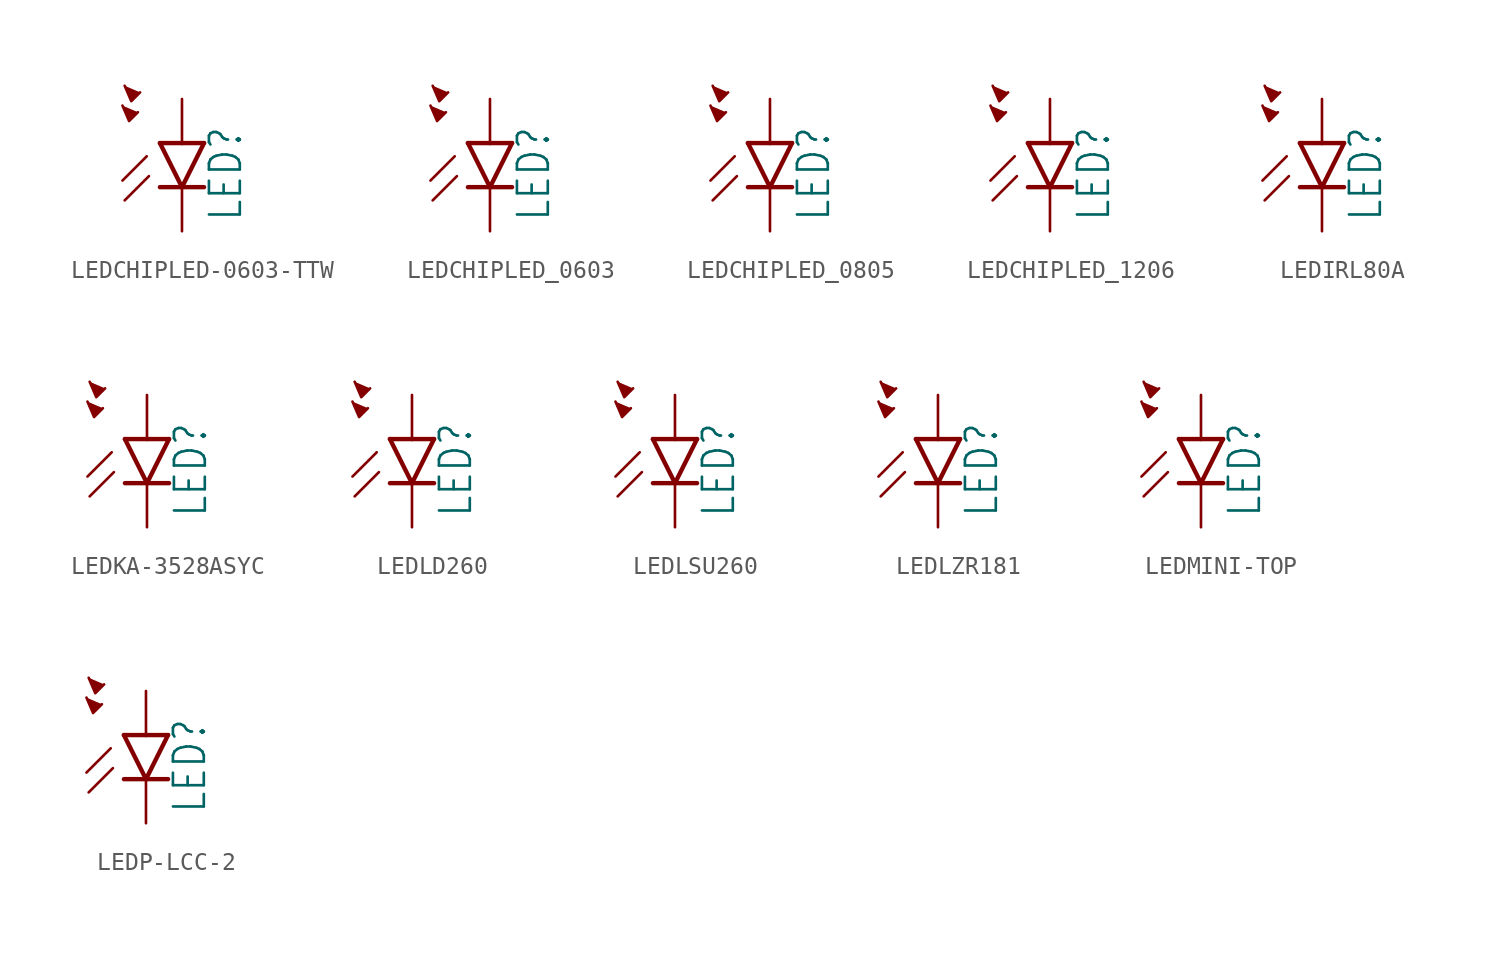
<source format=kicad_sym>
(kicad_symbol_lib
  (version 20241209)
  (generator "kicad_symbol_editor")
  (generator_version "9.0")
  (symbol "LEDCHIPLED-0603-TTW"
    (property "Reference" "LED"
      (at 3.556 -4.572 90)
      (effects (font (size 1.778 1.511)) (justify left bottom)))
    (property "Value" ""
      (at 5.715 -4.572 90)
      (effects (font (size 1.778 1.511)) (justify left bottom)))
    (property "ki_locked" ""
      (at 0 0 0)
      (effects (font (size 1.27 1.27))))
    (symbol "LEDCHIPLED-0603-TTW_1_0"
      (polyline (pts (xy -3.429 2.159) (xy -3.048 1.27) (xy -2.54 1.778)) (stroke (width 0.152) (type solid)) (fill (type outline)))
      (polyline (pts (xy -3.302 3.302) (xy -2.921 2.413) (xy -2.413 2.921)) (stroke (width 0.152) (type solid)) (fill (type outline)))
      (polyline (pts (xy -2.032 -0.762) (xy -3.429 -2.159)) (stroke (width 0.152) (type solid)) (fill (type none)))
      (polyline (pts (xy -1.905 -1.905) (xy -3.302 -3.302)) (stroke (width 0.152) (type solid)) (fill (type none)))
      (polyline (pts (xy 0 0) (xy -1.27 0)) (stroke (width 0.254) (type solid)) (fill (type none)))
      (polyline (pts (xy 0 -2.54) (xy -1.27 0)) (stroke (width 0.254) (type solid)) (fill (type none)))
      (polyline (pts (xy 0 -2.54) (xy -1.27 -2.54)) (stroke (width 0.254) (type solid)) (fill (type none)))
      (polyline (pts (xy 1.27 0) (xy 0 0)) (stroke (width 0.254) (type solid)) (fill (type none)))
      (polyline (pts (xy 1.27 0) (xy 0 -2.54)) (stroke (width 0.254) (type solid)) (fill (type none)))
      (polyline (pts (xy 1.27 -2.54) (xy 0 -2.54)) (stroke (width 0.254) (type solid)) (fill (type none)))
      (pin passive line (at 0 2.54 270) (length 2.54) (name "A" (effects (font (size 0 0)))) (number "A@1" (effects (font (size 0 0)))))
      (pin passive line (at 0 -5.08 90) (length 2.54) (name "C" (effects (font (size 0 0)))) (number "C@1" (effects (font (size 0 0)))))))
  (symbol "LEDCHIPLED_0603"
    (property "Reference" "LED"
      (at 3.556 -4.572 90)
      (effects (font (size 1.778 1.511)) (justify left bottom)))
    (property "Value" ""
      (at 5.715 -4.572 90)
      (effects (font (size 1.778 1.511)) (justify left bottom)))
    (property "ki_locked" ""
      (at 0 0 0)
      (effects (font (size 1.27 1.27))))
    (symbol "LEDCHIPLED_0603_1_0"
      (polyline (pts (xy -3.429 2.159) (xy -3.048 1.27) (xy -2.54 1.778)) (stroke (width 0.152) (type solid)) (fill (type outline)))
      (polyline (pts (xy -3.302 3.302) (xy -2.921 2.413) (xy -2.413 2.921)) (stroke (width 0.152) (type solid)) (fill (type outline)))
      (polyline (pts (xy -2.032 -0.762) (xy -3.429 -2.159)) (stroke (width 0.152) (type solid)) (fill (type none)))
      (polyline (pts (xy -1.905 -1.905) (xy -3.302 -3.302)) (stroke (width 0.152) (type solid)) (fill (type none)))
      (polyline (pts (xy 0 0) (xy -1.27 0)) (stroke (width 0.254) (type solid)) (fill (type none)))
      (polyline (pts (xy 0 -2.54) (xy -1.27 0)) (stroke (width 0.254) (type solid)) (fill (type none)))
      (polyline (pts (xy 0 -2.54) (xy -1.27 -2.54)) (stroke (width 0.254) (type solid)) (fill (type none)))
      (polyline (pts (xy 1.27 0) (xy 0 0)) (stroke (width 0.254) (type solid)) (fill (type none)))
      (polyline (pts (xy 1.27 0) (xy 0 -2.54)) (stroke (width 0.254) (type solid)) (fill (type none)))
      (polyline (pts (xy 1.27 -2.54) (xy 0 -2.54)) (stroke (width 0.254) (type solid)) (fill (type none)))
      (pin passive line (at 0 2.54 270) (length 2.54) (name "A" (effects (font (size 0 0)))) (number "A" (effects (font (size 0 0)))))
      (pin passive line (at 0 -5.08 90) (length 2.54) (name "C" (effects (font (size 0 0)))) (number "C" (effects (font (size 0 0)))))))
  (symbol "LEDCHIPLED_0805"
    (property "Reference" "LED"
      (at 3.556 -4.572 90)
      (effects (font (size 1.778 1.511)) (justify left bottom)))
    (property "Value" ""
      (at 5.715 -4.572 90)
      (effects (font (size 1.778 1.511)) (justify left bottom)))
    (property "ki_locked" ""
      (at 0 0 0)
      (effects (font (size 1.27 1.27))))
    (symbol "LEDCHIPLED_0805_1_0"
      (polyline (pts (xy -3.429 2.159) (xy -3.048 1.27) (xy -2.54 1.778)) (stroke (width 0.152) (type solid)) (fill (type outline)))
      (polyline (pts (xy -3.302 3.302) (xy -2.921 2.413) (xy -2.413 2.921)) (stroke (width 0.152) (type solid)) (fill (type outline)))
      (polyline (pts (xy -2.032 -0.762) (xy -3.429 -2.159)) (stroke (width 0.152) (type solid)) (fill (type none)))
      (polyline (pts (xy -1.905 -1.905) (xy -3.302 -3.302)) (stroke (width 0.152) (type solid)) (fill (type none)))
      (polyline (pts (xy 0 0) (xy -1.27 0)) (stroke (width 0.254) (type solid)) (fill (type none)))
      (polyline (pts (xy 0 -2.54) (xy -1.27 0)) (stroke (width 0.254) (type solid)) (fill (type none)))
      (polyline (pts (xy 0 -2.54) (xy -1.27 -2.54)) (stroke (width 0.254) (type solid)) (fill (type none)))
      (polyline (pts (xy 1.27 0) (xy 0 0)) (stroke (width 0.254) (type solid)) (fill (type none)))
      (polyline (pts (xy 1.27 0) (xy 0 -2.54)) (stroke (width 0.254) (type solid)) (fill (type none)))
      (polyline (pts (xy 1.27 -2.54) (xy 0 -2.54)) (stroke (width 0.254) (type solid)) (fill (type none)))
      (pin passive line (at 0 2.54 270) (length 2.54) (name "A" (effects (font (size 0 0)))) (number "A" (effects (font (size 0 0)))))
      (pin passive line (at 0 -5.08 90) (length 2.54) (name "C" (effects (font (size 0 0)))) (number "C" (effects (font (size 0 0)))))))
  (symbol "LEDCHIPLED_1206"
    (property "Reference" "LED"
      (at 3.556 -4.572 90)
      (effects (font (size 1.778 1.511)) (justify left bottom)))
    (property "Value" ""
      (at 5.715 -4.572 90)
      (effects (font (size 1.778 1.511)) (justify left bottom)))
    (property "ki_locked" ""
      (at 0 0 0)
      (effects (font (size 1.27 1.27))))
    (symbol "LEDCHIPLED_1206_1_0"
      (polyline (pts (xy -3.429 2.159) (xy -3.048 1.27) (xy -2.54 1.778)) (stroke (width 0.152) (type solid)) (fill (type outline)))
      (polyline (pts (xy -3.302 3.302) (xy -2.921 2.413) (xy -2.413 2.921)) (stroke (width 0.152) (type solid)) (fill (type outline)))
      (polyline (pts (xy -2.032 -0.762) (xy -3.429 -2.159)) (stroke (width 0.152) (type solid)) (fill (type none)))
      (polyline (pts (xy -1.905 -1.905) (xy -3.302 -3.302)) (stroke (width 0.152) (type solid)) (fill (type none)))
      (polyline (pts (xy 0 0) (xy -1.27 0)) (stroke (width 0.254) (type solid)) (fill (type none)))
      (polyline (pts (xy 0 -2.54) (xy -1.27 0)) (stroke (width 0.254) (type solid)) (fill (type none)))
      (polyline (pts (xy 0 -2.54) (xy -1.27 -2.54)) (stroke (width 0.254) (type solid)) (fill (type none)))
      (polyline (pts (xy 1.27 0) (xy 0 0)) (stroke (width 0.254) (type solid)) (fill (type none)))
      (polyline (pts (xy 1.27 0) (xy 0 -2.54)) (stroke (width 0.254) (type solid)) (fill (type none)))
      (polyline (pts (xy 1.27 -2.54) (xy 0 -2.54)) (stroke (width 0.254) (type solid)) (fill (type none)))
      (pin passive line (at 0 2.54 270) (length 2.54) (name "A" (effects (font (size 0 0)))) (number "A" (effects (font (size 0 0)))))
      (pin passive line (at 0 -5.08 90) (length 2.54) (name "C" (effects (font (size 0 0)))) (number "C" (effects (font (size 0 0)))))))
  (symbol "LEDIRL80A"
    (property "Reference" "LED"
      (at 3.556 -4.572 90)
      (effects (font (size 1.778 1.511)) (justify left bottom)))
    (property "Value" ""
      (at 5.715 -4.572 90)
      (effects (font (size 1.778 1.511)) (justify left bottom)))
    (property "ki_locked" ""
      (at 0 0 0)
      (effects (font (size 1.27 1.27))))
    (symbol "LEDIRL80A_1_0"
      (polyline (pts (xy -3.429 2.159) (xy -3.048 1.27) (xy -2.54 1.778)) (stroke (width 0.152) (type solid)) (fill (type outline)))
      (polyline (pts (xy -3.302 3.302) (xy -2.921 2.413) (xy -2.413 2.921)) (stroke (width 0.152) (type solid)) (fill (type outline)))
      (polyline (pts (xy -2.032 -0.762) (xy -3.429 -2.159)) (stroke (width 0.152) (type solid)) (fill (type none)))
      (polyline (pts (xy -1.905 -1.905) (xy -3.302 -3.302)) (stroke (width 0.152) (type solid)) (fill (type none)))
      (polyline (pts (xy 0 0) (xy -1.27 0)) (stroke (width 0.254) (type solid)) (fill (type none)))
      (polyline (pts (xy 0 -2.54) (xy -1.27 0)) (stroke (width 0.254) (type solid)) (fill (type none)))
      (polyline (pts (xy 0 -2.54) (xy -1.27 -2.54)) (stroke (width 0.254) (type solid)) (fill (type none)))
      (polyline (pts (xy 1.27 0) (xy 0 0)) (stroke (width 0.254) (type solid)) (fill (type none)))
      (polyline (pts (xy 1.27 0) (xy 0 -2.54)) (stroke (width 0.254) (type solid)) (fill (type none)))
      (polyline (pts (xy 1.27 -2.54) (xy 0 -2.54)) (stroke (width 0.254) (type solid)) (fill (type none)))
      (pin passive line (at 0 2.54 270) (length 2.54) (name "A" (effects (font (size 0 0)))) (number "A" (effects (font (size 0 0)))))
      (pin passive line (at 0 -5.08 90) (length 2.54) (name "C" (effects (font (size 0 0)))) (number "K" (effects (font (size 0 0)))))))
  (symbol "LEDKA-3528ASYC"
    (property "Reference" "LED"
      (at 3.556 -4.572 90)
      (effects (font (size 1.778 1.511)) (justify left bottom)))
    (property "Value" ""
      (at 5.715 -4.572 90)
      (effects (font (size 1.778 1.511)) (justify left bottom)))
    (property "ki_locked" ""
      (at 0 0 0)
      (effects (font (size 1.27 1.27))))
    (symbol "LEDKA-3528ASYC_1_0"
      (polyline (pts (xy -3.429 2.159) (xy -3.048 1.27) (xy -2.54 1.778)) (stroke (width 0.152) (type solid)) (fill (type outline)))
      (polyline (pts (xy -3.302 3.302) (xy -2.921 2.413) (xy -2.413 2.921)) (stroke (width 0.152) (type solid)) (fill (type outline)))
      (polyline (pts (xy -2.032 -0.762) (xy -3.429 -2.159)) (stroke (width 0.152) (type solid)) (fill (type none)))
      (polyline (pts (xy -1.905 -1.905) (xy -3.302 -3.302)) (stroke (width 0.152) (type solid)) (fill (type none)))
      (polyline (pts (xy 0 0) (xy -1.27 0)) (stroke (width 0.254) (type solid)) (fill (type none)))
      (polyline (pts (xy 0 -2.54) (xy -1.27 0)) (stroke (width 0.254) (type solid)) (fill (type none)))
      (polyline (pts (xy 0 -2.54) (xy -1.27 -2.54)) (stroke (width 0.254) (type solid)) (fill (type none)))
      (polyline (pts (xy 1.27 0) (xy 0 0)) (stroke (width 0.254) (type solid)) (fill (type none)))
      (polyline (pts (xy 1.27 0) (xy 0 -2.54)) (stroke (width 0.254) (type solid)) (fill (type none)))
      (polyline (pts (xy 1.27 -2.54) (xy 0 -2.54)) (stroke (width 0.254) (type solid)) (fill (type none)))
      (pin passive line (at 0 2.54 270) (length 2.54) (name "A" (effects (font (size 0 0)))) (number "A" (effects (font (size 0 0)))))
      (pin passive line (at 0 -5.08 90) (length 2.54) (name "C" (effects (font (size 0 0)))) (number "C" (effects (font (size 0 0)))))))
  (symbol "LEDLD260"
    (property "Reference" "LED"
      (at 3.556 -4.572 90)
      (effects (font (size 1.778 1.511)) (justify left bottom)))
    (property "Value" ""
      (at 5.715 -4.572 90)
      (effects (font (size 1.778 1.511)) (justify left bottom)))
    (property "ki_locked" ""
      (at 0 0 0)
      (effects (font (size 1.27 1.27))))
    (symbol "LEDLD260_1_0"
      (polyline (pts (xy -3.429 2.159) (xy -3.048 1.27) (xy -2.54 1.778)) (stroke (width 0.152) (type solid)) (fill (type outline)))
      (polyline (pts (xy -3.302 3.302) (xy -2.921 2.413) (xy -2.413 2.921)) (stroke (width 0.152) (type solid)) (fill (type outline)))
      (polyline (pts (xy -2.032 -0.762) (xy -3.429 -2.159)) (stroke (width 0.152) (type solid)) (fill (type none)))
      (polyline (pts (xy -1.905 -1.905) (xy -3.302 -3.302)) (stroke (width 0.152) (type solid)) (fill (type none)))
      (polyline (pts (xy 0 0) (xy -1.27 0)) (stroke (width 0.254) (type solid)) (fill (type none)))
      (polyline (pts (xy 0 -2.54) (xy -1.27 0)) (stroke (width 0.254) (type solid)) (fill (type none)))
      (polyline (pts (xy 0 -2.54) (xy -1.27 -2.54)) (stroke (width 0.254) (type solid)) (fill (type none)))
      (polyline (pts (xy 1.27 0) (xy 0 0)) (stroke (width 0.254) (type solid)) (fill (type none)))
      (polyline (pts (xy 1.27 0) (xy 0 -2.54)) (stroke (width 0.254) (type solid)) (fill (type none)))
      (polyline (pts (xy 1.27 -2.54) (xy 0 -2.54)) (stroke (width 0.254) (type solid)) (fill (type none)))
      (pin passive line (at 0 2.54 270) (length 2.54) (name "A" (effects (font (size 0 0)))) (number "A" (effects (font (size 0 0)))))
      (pin passive line (at 0 -5.08 90) (length 2.54) (name "C" (effects (font (size 0 0)))) (number "K" (effects (font (size 0 0)))))))
  (symbol "LEDLSU260"
    (property "Reference" "LED"
      (at 3.556 -4.572 90)
      (effects (font (size 1.778 1.511)) (justify left bottom)))
    (property "Value" ""
      (at 5.715 -4.572 90)
      (effects (font (size 1.778 1.511)) (justify left bottom)))
    (property "ki_locked" ""
      (at 0 0 0)
      (effects (font (size 1.27 1.27))))
    (symbol "LEDLSU260_1_0"
      (polyline (pts (xy -3.429 2.159) (xy -3.048 1.27) (xy -2.54 1.778)) (stroke (width 0.152) (type solid)) (fill (type outline)))
      (polyline (pts (xy -3.302 3.302) (xy -2.921 2.413) (xy -2.413 2.921)) (stroke (width 0.152) (type solid)) (fill (type outline)))
      (polyline (pts (xy -2.032 -0.762) (xy -3.429 -2.159)) (stroke (width 0.152) (type solid)) (fill (type none)))
      (polyline (pts (xy -1.905 -1.905) (xy -3.302 -3.302)) (stroke (width 0.152) (type solid)) (fill (type none)))
      (polyline (pts (xy 0 0) (xy -1.27 0)) (stroke (width 0.254) (type solid)) (fill (type none)))
      (polyline (pts (xy 0 -2.54) (xy -1.27 0)) (stroke (width 0.254) (type solid)) (fill (type none)))
      (polyline (pts (xy 0 -2.54) (xy -1.27 -2.54)) (stroke (width 0.254) (type solid)) (fill (type none)))
      (polyline (pts (xy 1.27 0) (xy 0 0)) (stroke (width 0.254) (type solid)) (fill (type none)))
      (polyline (pts (xy 1.27 0) (xy 0 -2.54)) (stroke (width 0.254) (type solid)) (fill (type none)))
      (polyline (pts (xy 1.27 -2.54) (xy 0 -2.54)) (stroke (width 0.254) (type solid)) (fill (type none)))
      (pin passive line (at 0 2.54 270) (length 2.54) (name "A" (effects (font (size 0 0)))) (number "A" (effects (font (size 0 0)))))
      (pin passive line (at 0 -5.08 90) (length 2.54) (name "C" (effects (font (size 0 0)))) (number "K" (effects (font (size 0 0)))))))
  (symbol "LEDLZR181"
    (property "Reference" "LED"
      (at 3.556 -4.572 90)
      (effects (font (size 1.778 1.511)) (justify left bottom)))
    (property "Value" ""
      (at 5.715 -4.572 90)
      (effects (font (size 1.778 1.511)) (justify left bottom)))
    (property "ki_locked" ""
      (at 0 0 0)
      (effects (font (size 1.27 1.27))))
    (symbol "LEDLZR181_1_0"
      (polyline (pts (xy -3.429 2.159) (xy -3.048 1.27) (xy -2.54 1.778)) (stroke (width 0.152) (type solid)) (fill (type outline)))
      (polyline (pts (xy -3.302 3.302) (xy -2.921 2.413) (xy -2.413 2.921)) (stroke (width 0.152) (type solid)) (fill (type outline)))
      (polyline (pts (xy -2.032 -0.762) (xy -3.429 -2.159)) (stroke (width 0.152) (type solid)) (fill (type none)))
      (polyline (pts (xy -1.905 -1.905) (xy -3.302 -3.302)) (stroke (width 0.152) (type solid)) (fill (type none)))
      (polyline (pts (xy 0 0) (xy -1.27 0)) (stroke (width 0.254) (type solid)) (fill (type none)))
      (polyline (pts (xy 0 -2.54) (xy -1.27 0)) (stroke (width 0.254) (type solid)) (fill (type none)))
      (polyline (pts (xy 0 -2.54) (xy -1.27 -2.54)) (stroke (width 0.254) (type solid)) (fill (type none)))
      (polyline (pts (xy 1.27 0) (xy 0 0)) (stroke (width 0.254) (type solid)) (fill (type none)))
      (polyline (pts (xy 1.27 0) (xy 0 -2.54)) (stroke (width 0.254) (type solid)) (fill (type none)))
      (polyline (pts (xy 1.27 -2.54) (xy 0 -2.54)) (stroke (width 0.254) (type solid)) (fill (type none)))
      (pin passive line (at 0 2.54 270) (length 2.54) (name "A" (effects (font (size 0 0)))) (number "A" (effects (font (size 0 0)))))
      (pin passive line (at 0 -5.08 90) (length 2.54) (name "C" (effects (font (size 0 0)))) (number "K" (effects (font (size 0 0)))))))
  (symbol "LEDMINI-TOP"
    (property "Reference" "LED"
      (at 3.556 -4.572 90)
      (effects (font (size 1.778 1.511)) (justify left bottom)))
    (property "Value" ""
      (at 5.715 -4.572 90)
      (effects (font (size 1.778 1.511)) (justify left bottom)))
    (property "ki_locked" ""
      (at 0 0 0)
      (effects (font (size 1.27 1.27))))
    (symbol "LEDMINI-TOP_1_0"
      (polyline (pts (xy -3.429 2.159) (xy -3.048 1.27) (xy -2.54 1.778)) (stroke (width 0.152) (type solid)) (fill (type outline)))
      (polyline (pts (xy -3.302 3.302) (xy -2.921 2.413) (xy -2.413 2.921)) (stroke (width 0.152) (type solid)) (fill (type outline)))
      (polyline (pts (xy -2.032 -0.762) (xy -3.429 -2.159)) (stroke (width 0.152) (type solid)) (fill (type none)))
      (polyline (pts (xy -1.905 -1.905) (xy -3.302 -3.302)) (stroke (width 0.152) (type solid)) (fill (type none)))
      (polyline (pts (xy 0 0) (xy -1.27 0)) (stroke (width 0.254) (type solid)) (fill (type none)))
      (polyline (pts (xy 0 -2.54) (xy -1.27 0)) (stroke (width 0.254) (type solid)) (fill (type none)))
      (polyline (pts (xy 0 -2.54) (xy -1.27 -2.54)) (stroke (width 0.254) (type solid)) (fill (type none)))
      (polyline (pts (xy 1.27 0) (xy 0 0)) (stroke (width 0.254) (type solid)) (fill (type none)))
      (polyline (pts (xy 1.27 0) (xy 0 -2.54)) (stroke (width 0.254) (type solid)) (fill (type none)))
      (polyline (pts (xy 1.27 -2.54) (xy 0 -2.54)) (stroke (width 0.254) (type solid)) (fill (type none)))
      (pin passive line (at 0 2.54 270) (length 2.54) (name "A" (effects (font (size 0 0)))) (number "A" (effects (font (size 0 0)))))
      (pin passive line (at 0 -5.08 90) (length 2.54) (name "C" (effects (font (size 0 0)))) (number "C" (effects (font (size 0 0)))))))
  (symbol "LEDP-LCC-2"
    (property "Reference" "LED"
      (at 3.556 -4.572 90)
      (effects (font (size 1.778 1.511)) (justify left bottom)))
    (property "Value" ""
      (at 5.715 -4.572 90)
      (effects (font (size 1.778 1.511)) (justify left bottom)))
    (property "ki_locked" ""
      (at 0 0 0)
      (effects (font (size 1.27 1.27))))
    (symbol "LEDP-LCC-2_1_0"
      (polyline (pts (xy -3.429 2.159) (xy -3.048 1.27) (xy -2.54 1.778)) (stroke (width 0.152) (type solid)) (fill (type outline)))
      (polyline (pts (xy -3.302 3.302) (xy -2.921 2.413) (xy -2.413 2.921)) (stroke (width 0.152) (type solid)) (fill (type outline)))
      (polyline (pts (xy -2.032 -0.762) (xy -3.429 -2.159)) (stroke (width 0.152) (type solid)) (fill (type none)))
      (polyline (pts (xy -1.905 -1.905) (xy -3.302 -3.302)) (stroke (width 0.152) (type solid)) (fill (type none)))
      (polyline (pts (xy 0 0) (xy -1.27 0)) (stroke (width 0.254) (type solid)) (fill (type none)))
      (polyline (pts (xy 0 -2.54) (xy -1.27 0)) (stroke (width 0.254) (type solid)) (fill (type none)))
      (polyline (pts (xy 0 -2.54) (xy -1.27 -2.54)) (stroke (width 0.254) (type solid)) (fill (type none)))
      (polyline (pts (xy 1.27 0) (xy 0 0)) (stroke (width 0.254) (type solid)) (fill (type none)))
      (polyline (pts (xy 1.27 0) (xy 0 -2.54)) (stroke (width 0.254) (type solid)) (fill (type none)))
      (polyline (pts (xy 1.27 -2.54) (xy 0 -2.54)) (stroke (width 0.254) (type solid)) (fill (type none)))
      (pin passive line (at 0 2.54 270) (length 2.54) (name "A" (effects (font (size 0 0)))) (number "A" (effects (font (size 0 0)))))
      (pin passive line (at 0 -5.08 90) (length 2.54) (name "C" (effects (font (size 0 0)))) (number "C" (effects (font (size 0 0))))))))
</source>
